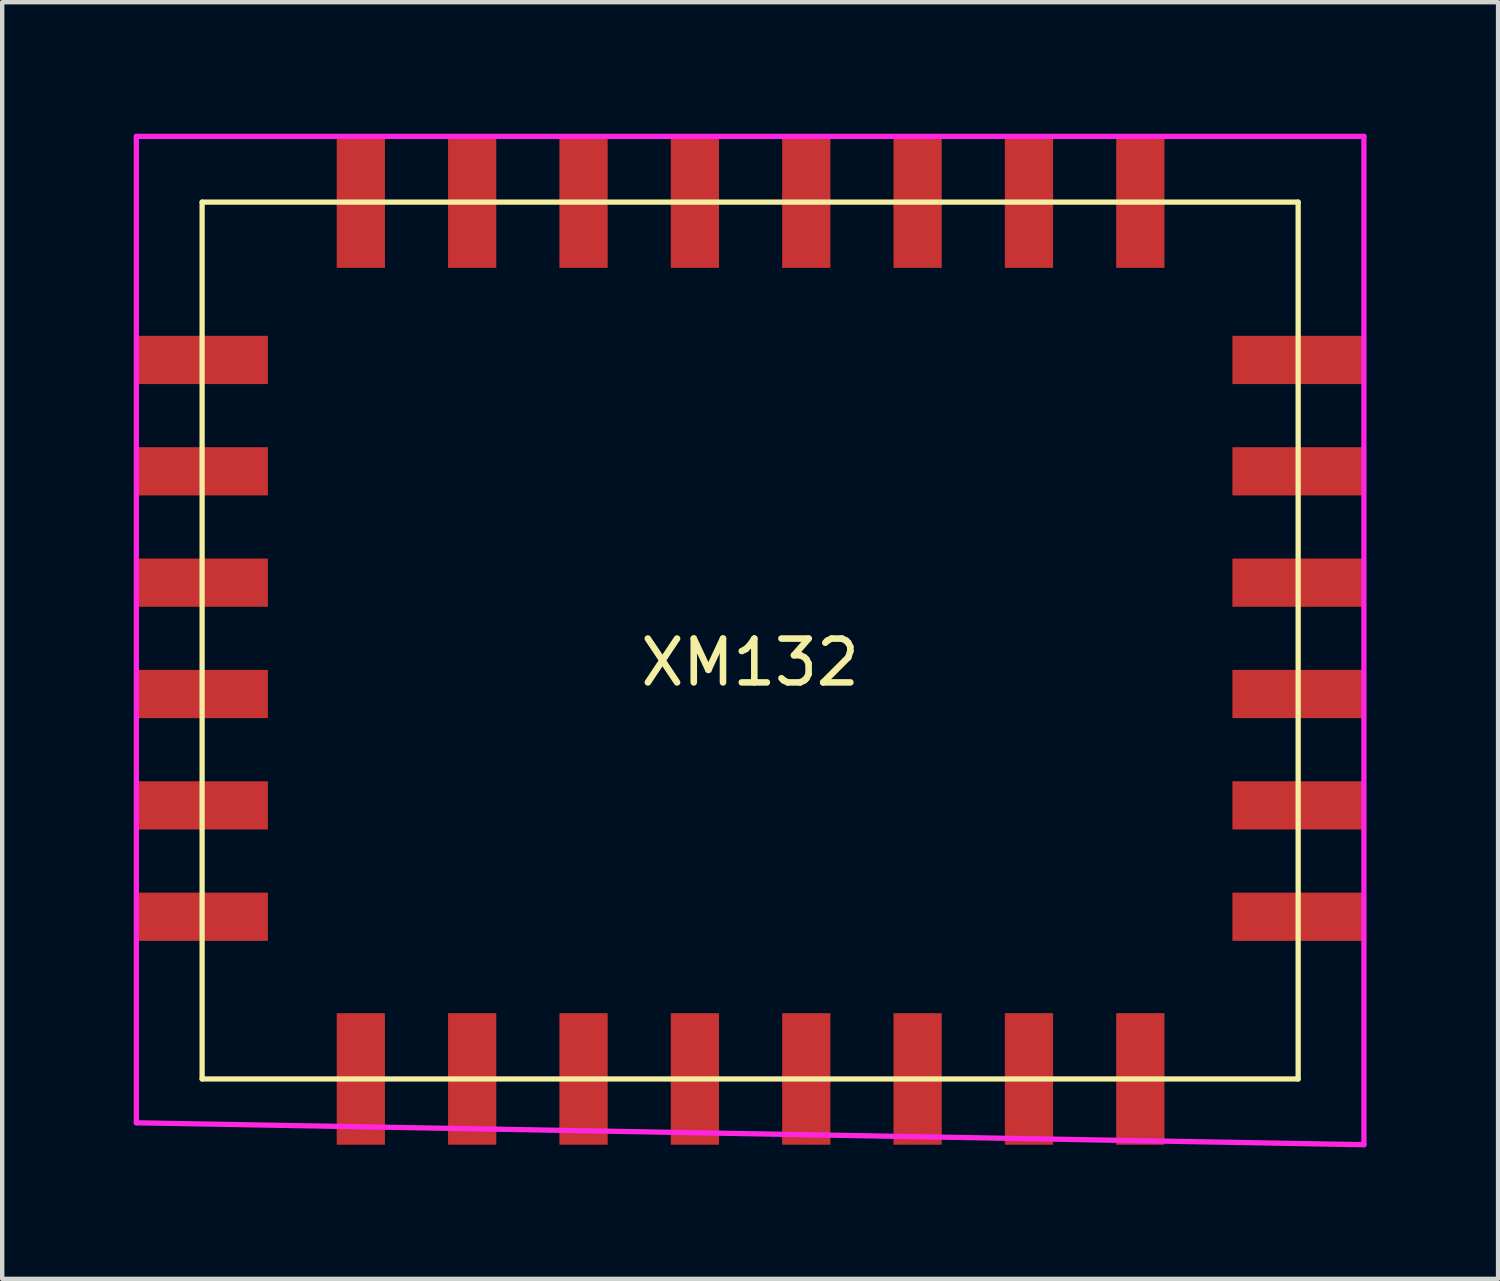
<source format=kicad_pcb>
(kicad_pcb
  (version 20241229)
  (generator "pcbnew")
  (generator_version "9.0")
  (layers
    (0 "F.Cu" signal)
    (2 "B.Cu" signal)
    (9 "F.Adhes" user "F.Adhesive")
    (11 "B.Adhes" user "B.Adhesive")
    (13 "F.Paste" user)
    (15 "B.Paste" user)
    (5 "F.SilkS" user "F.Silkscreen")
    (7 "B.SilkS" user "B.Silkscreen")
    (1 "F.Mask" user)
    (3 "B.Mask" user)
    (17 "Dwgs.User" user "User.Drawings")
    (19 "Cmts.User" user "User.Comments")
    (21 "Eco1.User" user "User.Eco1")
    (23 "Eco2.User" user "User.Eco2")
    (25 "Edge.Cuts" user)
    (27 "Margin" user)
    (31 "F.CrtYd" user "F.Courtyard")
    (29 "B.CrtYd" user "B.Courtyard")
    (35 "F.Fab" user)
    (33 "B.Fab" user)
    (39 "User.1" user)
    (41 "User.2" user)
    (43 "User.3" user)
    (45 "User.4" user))
  (footprint "XM132"
    (layer "F.Cu")
    (at 14.06 11.56)
    (property "Reference" "XM132" (at 0 0.5 0) (layer "F.SilkS") (effects (font (size 1 1) (thickness 0.15))))
    (attr through_hole)
    (fp_line (start -12.5 -10) (end 12.5 -10) (stroke (width 0.12) (type solid)) (layer "F.SilkS"))
    (fp_line (start -12.5 10) (end -12.5 -10) (stroke (width 0.12) (type solid)) (layer "F.SilkS"))
    (fp_line (start 12.5 -10) (end 12.5 10) (stroke (width 0.12) (type solid)) (layer "F.SilkS"))
    (fp_line (start 12.5 10) (end -12.5 10) (stroke (width 0.12) (type solid)) (layer "F.SilkS"))
    (fp_line (start -14 -11.5) (end 14 -11.5) (stroke (width 0.12) (type solid)) (layer "F.CrtYd"))
    (fp_line (start -14 11) (end -14 -11.5) (stroke (width 0.12) (type solid)) (layer "F.CrtYd"))
    (fp_line (start 14 -11.5) (end 14 11.5) (stroke (width 0.12) (type solid)) (layer "F.CrtYd"))
    (fp_line (start 14 11.5) (end -14 11) (stroke (width 0.12) (type solid)) (layer "F.CrtYd"))
    (pad "1" smd rect (at -8.88 10) (size 1.1 3) (layers "F.Cu" "F.Mask" "F.Paste"))
    (pad "2" smd rect (at -6.34 10) (size 1.1 3) (layers "F.Cu" "F.Mask" "F.Paste"))
    (pad "3" smd rect (at -3.8 10) (size 1.1 3) (layers "F.Cu" "F.Mask" "F.Paste"))
    (pad "4" smd rect (at -1.26 10) (size 1.1 3) (layers "F.Cu" "F.Mask" "F.Paste"))
    (pad "5" smd rect (at 1.28 10) (size 1.1 3) (layers "F.Cu" "F.Mask" "F.Paste"))
    (pad "6" smd rect (at 3.82 10) (size 1.1 3) (layers "F.Cu" "F.Mask" "F.Paste"))
    (pad "7" smd rect (at 6.36 10) (size 1.1 3) (layers "F.Cu" "F.Mask" "F.Paste"))
    (pad "8" smd rect (at 8.9 10) (size 1.1 3) (layers "F.Cu" "F.Mask" "F.Paste"))
    (pad "9" smd rect (at 12.5 6.3 90) (size 1.1 3) (layers "F.Cu" "F.Mask" "F.Paste"))
    (pad "10" smd rect (at 12.5 3.76 90) (size 1.1 3) (layers "F.Cu" "F.Mask" "F.Paste"))
    (pad "11" smd rect (at 12.5 1.22 90) (size 1.1 3) (layers "F.Cu" "F.Mask" "F.Paste"))
    (pad "12" smd rect (at 12.5 -1.32 90) (size 1.1 3) (layers "F.Cu" "F.Mask" "F.Paste"))
    (pad "13" smd rect (at 12.5 -3.86 90) (size 1.1 3) (layers "F.Cu" "F.Mask" "F.Paste"))
    (pad "14" smd rect (at 12.5 -6.4 90) (size 1.1 3) (layers "F.Cu" "F.Mask" "F.Paste"))
    (pad "15" smd rect (at 8.9 -10) (size 1.1 3) (layers "F.Cu" "F.Mask" "F.Paste"))
    (pad "16" smd rect (at 6.36 -10) (size 1.1 3) (layers "F.Cu" "F.Mask" "F.Paste"))
    (pad "17" smd rect (at 3.82 -10) (size 1.1 3) (layers "F.Cu" "F.Mask" "F.Paste"))
    (pad "18" smd rect (at 1.28 -10) (size 1.1 3) (layers "F.Cu" "F.Mask" "F.Paste"))
    (pad "19" smd rect (at -1.26 -10) (size 1.1 3) (layers "F.Cu" "F.Mask" "F.Paste"))
    (pad "20" smd rect (at -3.8 -10) (size 1.1 3) (layers "F.Cu" "F.Mask" "F.Paste"))
    (pad "21" smd rect (at -6.34 -10) (size 1.1 3) (layers "F.Cu" "F.Mask" "F.Paste"))
    (pad "22" smd rect (at -8.88 -10) (size 1.1 3) (layers "F.Cu" "F.Mask" "F.Paste"))
    (pad "23" smd rect (at -12.5 -6.4 90) (size 1.1 3) (layers "F.Cu" "F.Mask" "F.Paste"))
    (pad "24" smd rect (at -12.5 -3.86 90) (size 1.1 3) (layers "F.Cu" "F.Mask" "F.Paste"))
    (pad "25" smd rect (at -12.5 -1.32 90) (size 1.1 3) (layers "F.Cu" "F.Mask" "F.Paste"))
    (pad "26" smd rect (at -12.5 1.22 90) (size 1.1 3) (layers "F.Cu" "F.Mask" "F.Paste"))
    (pad "27" smd rect (at -12.5 3.76 90) (size 1.1 3) (layers "F.Cu" "F.Mask" "F.Paste"))
    (pad "28" smd rect (at -12.5 6.3 90) (size 1.1 3) (layers "F.Cu" "F.Mask" "F.Paste")))
  (gr_rect
    (start -3 -3)
    (end 31.12 26.12)
    (stroke (width 0.1) (type default))
    (fill no)
    (layer "Edge.Cuts")))
</source>
